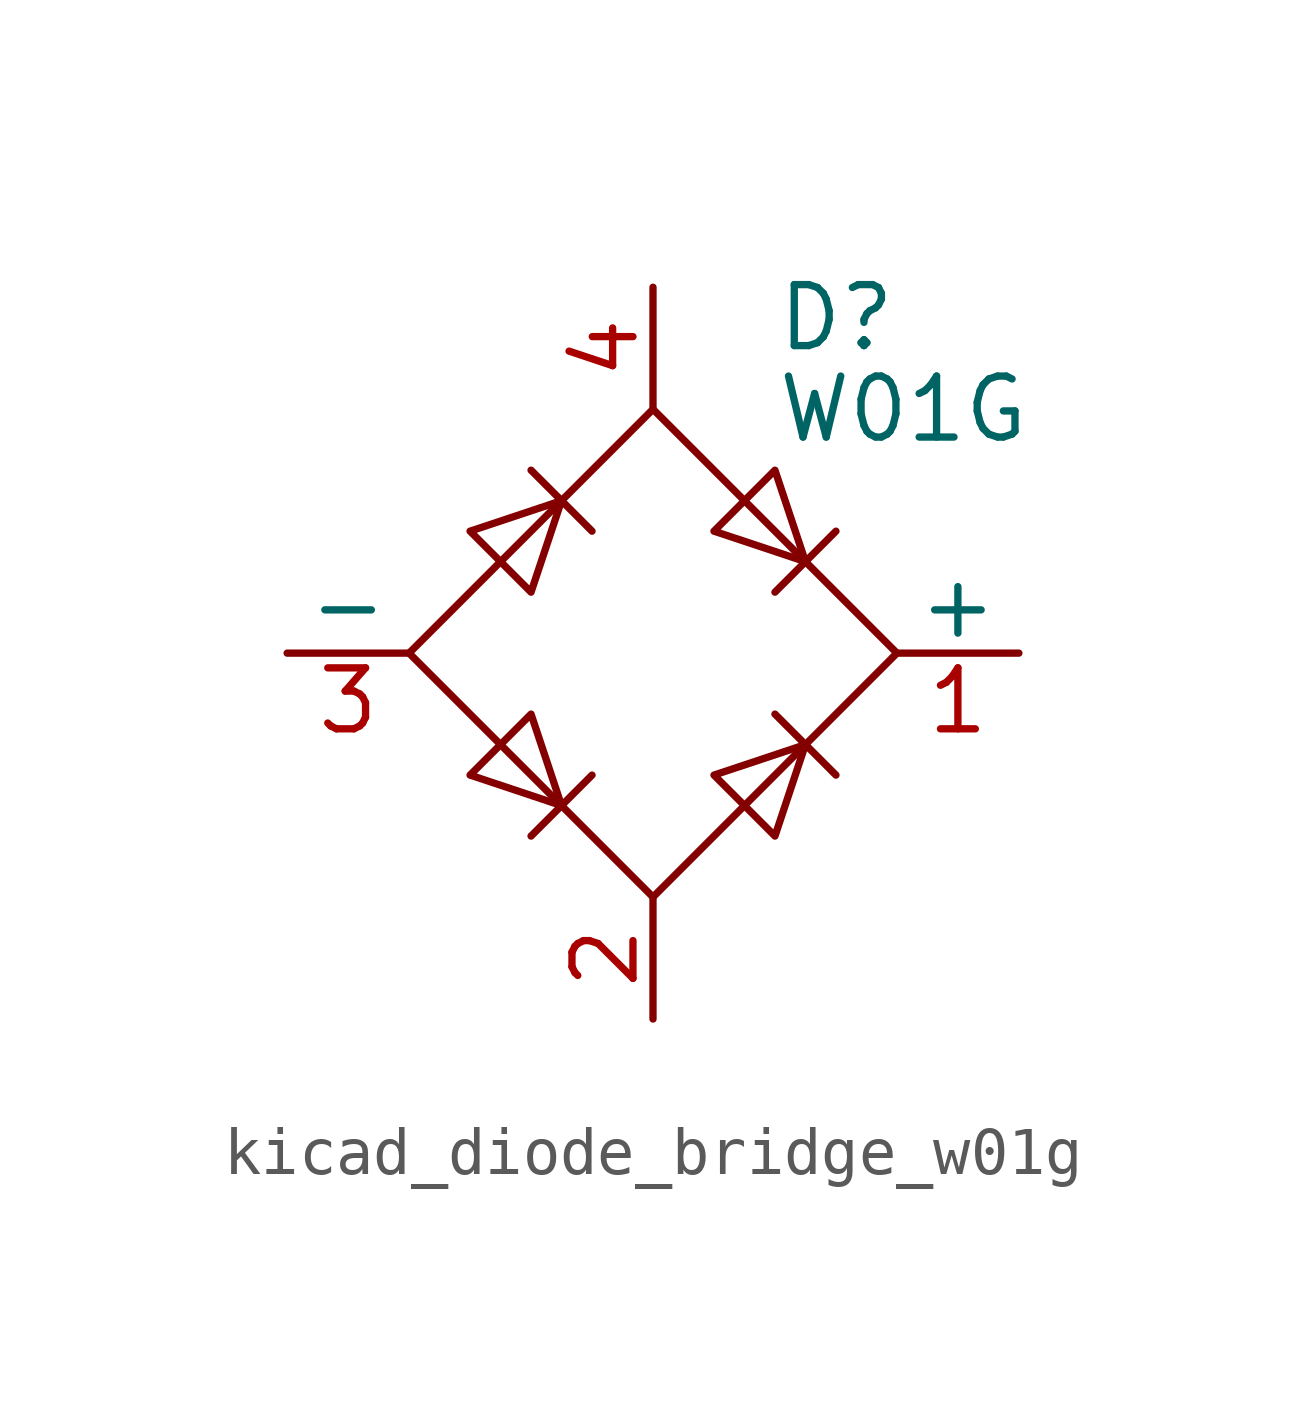
<source format=kicad_sym>
(kicad_symbol_lib
  (version 20220914)
  (generator kicad_symbol_editor)
  (symbol "kicad_diode_bridge_w01g"
    (pin_names
      (offset 0))
    (property "Reference" "D"
      (at 2.54 6.985 0)
      (effects (font (size 1.27 1.27)) (justify left)))
    (property "Value" "W01G"
      (at 2.54 5.08 0)
      (effects (font (size 1.27 1.27)) (justify left)))
    (symbol "kicad_diode_bridge_w01g_0_1"
      (polyline (pts (xy -2.54 3.81) (xy -1.27 2.54)) (stroke (width 0) (type default)) (fill (type none)))
      (polyline (pts (xy -1.27 -2.54) (xy -2.54 -3.81)) (stroke (width 0) (type default)) (fill (type none)))
      (polyline (pts (xy 2.54 -1.27) (xy 3.81 -2.54)) (stroke (width 0) (type default)) (fill (type none)))
      (polyline (pts (xy 2.54 1.27) (xy 3.81 2.54)) (stroke (width 0) (type default)) (fill (type none)))
      (polyline (pts (xy -3.81 2.54) (xy -2.54 1.27) (xy -1.905 3.175) (xy -3.81 2.54)) (stroke (width 0) (type default)) (fill (type none)))
      (polyline (pts (xy -2.54 -1.27) (xy -3.81 -2.54) (xy -1.905 -3.175) (xy -2.54 -1.27)) (stroke (width 0) (type default)) (fill (type none)))
      (polyline (pts (xy 1.27 2.54) (xy 2.54 3.81) (xy 3.175 1.905) (xy 1.27 2.54)) (stroke (width 0) (type default)) (fill (type none)))
      (polyline (pts (xy 3.175 -1.905) (xy 1.27 -2.54) (xy 2.54 -3.81) (xy 3.175 -1.905)) (stroke (width 0) (type default)) (fill (type none)))
      (polyline (pts (xy -5.08 0) (xy 0 -5.08) (xy 5.08 0) (xy 0 5.08) (xy -5.08 0)) (stroke (width 0) (type default)) (fill (type none))))
    (symbol "kicad_diode_bridge_w01g_1_1"
      (pin passive line (at 7.62 0 180) (length 2.54) (name "+" (effects (font (size 1.27 1.27)))) (number "1" (effects (font (size 1.27 1.27)))))
      (pin passive line (at 0 -7.62 90) (length 2.54) (name "~" (effects (font (size 1.27 1.27)))) (number "2" (effects (font (size 1.27 1.27)))))
      (pin passive line (at -7.62 0 0) (length 2.54) (name "-" (effects (font (size 1.27 1.27)))) (number "3" (effects (font (size 1.27 1.27)))))
      (pin passive line (at 0 7.62 270) (length 2.54) (name "~" (effects (font (size 1.27 1.27)))) (number "4" (effects (font (size 1.27 1.27))))))))
</source>
